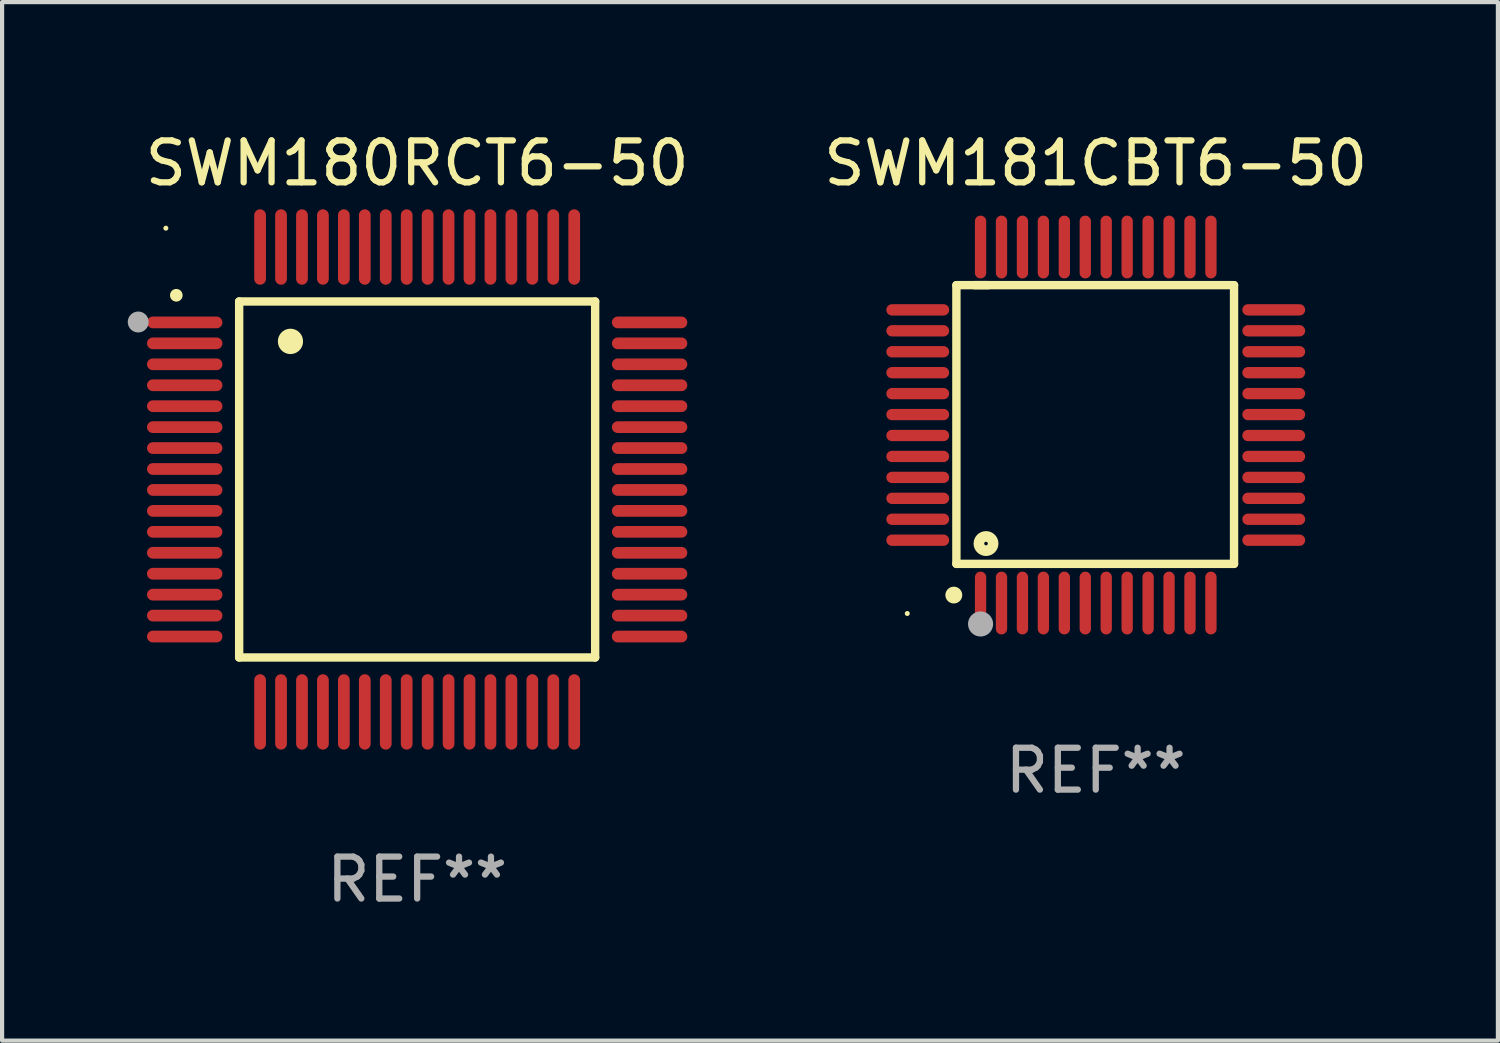
<source format=kicad_pcb>
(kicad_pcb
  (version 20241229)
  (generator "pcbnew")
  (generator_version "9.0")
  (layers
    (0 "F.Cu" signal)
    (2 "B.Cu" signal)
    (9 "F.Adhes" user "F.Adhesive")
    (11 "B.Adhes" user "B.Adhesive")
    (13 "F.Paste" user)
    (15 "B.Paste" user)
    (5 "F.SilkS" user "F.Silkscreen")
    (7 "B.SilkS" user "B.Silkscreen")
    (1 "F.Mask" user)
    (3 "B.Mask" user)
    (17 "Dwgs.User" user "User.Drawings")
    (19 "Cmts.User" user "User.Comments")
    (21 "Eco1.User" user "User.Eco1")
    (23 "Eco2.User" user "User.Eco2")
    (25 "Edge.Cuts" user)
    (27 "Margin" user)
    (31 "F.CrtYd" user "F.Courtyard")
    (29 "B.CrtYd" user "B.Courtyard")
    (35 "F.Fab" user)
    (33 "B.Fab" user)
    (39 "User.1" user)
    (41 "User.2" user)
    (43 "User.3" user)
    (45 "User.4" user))
  (footprint "SWM181CBT6-50"
    (layer "F.Cu")
    (at 23.112 7.098)
    (property "Reference" "SWM181CBT6-50" (at 0 -6.25 0) (layer "F.SilkS") (effects (font (size 1 1) (thickness 0.15))))
    (attr through_hole)
    (fp_line (start -3.327 -3.34) (end -2.565 -3.34) (stroke (width 0.2) (type solid)) (layer "F.SilkS"))
    (fp_line (start -3.327 3.315) (end -3.327 -3.34) (stroke (width 0.2) (type solid)) (layer "F.SilkS"))
    (fp_line (start -2.896 -3.34) (end 3.302 -3.34) (stroke (width 0.2) (type solid)) (layer "F.SilkS"))
    (fp_line (start 3.302 -3.34) (end 3.302 3.315) (stroke (width 0.2) (type solid)) (layer "F.SilkS"))
    (fp_line (start 3.302 3.315) (end -3.327 3.315) (stroke (width 0.2) (type solid)) (layer "F.SilkS"))
    (fp_arc (start -3.389992 4.059995) (mid -3.388722 4.059991) (end -3.387452 4.059995) (stroke (width 0.4) (type solid)) (layer "F.SilkS"))
    (fp_circle (center -4.5 4.5) (end -4.47 4.5) (stroke (width 0.06) (type solid)) (fill no) (layer "F.SilkS"))
    (fp_circle (center -2.62 2.83) (end -2.45 2.83) (stroke (width 0.254) (type solid)) (fill no) (layer "F.SilkS"))
    (fp_circle (center -2.75 4.75) (end -2.6 4.75) (stroke (width 0.3) (type solid)) (fill no) (layer "F.Fab"))
    (fp_text user "REF**" (at 0 8.25 0) (layer "F.Fab") (effects (font (size 1 1) (thickness 0.15))))
    (pad "1" smd oval (at -2.75 4.25) (size 0.27 1.5) (layers "F.Cu" "F.Mask" "F.Paste"))
    (pad "2" smd oval (at -2.25 4.25) (size 0.27 1.5) (layers "F.Cu" "F.Mask" "F.Paste"))
    (pad "3" smd oval (at -1.75 4.25) (size 0.27 1.5) (layers "F.Cu" "F.Mask" "F.Paste"))
    (pad "4" smd oval (at -1.25 4.25) (size 0.27 1.5) (layers "F.Cu" "F.Mask" "F.Paste"))
    (pad "5" smd oval (at -0.75 4.25) (size 0.27 1.5) (layers "F.Cu" "F.Mask" "F.Paste"))
    (pad "6" smd oval (at -0.25 4.25) (size 0.27 1.5) (layers "F.Cu" "F.Mask" "F.Paste"))
    (pad "7" smd oval (at 0.25 4.25) (size 0.27 1.5) (layers "F.Cu" "F.Mask" "F.Paste"))
    (pad "8" smd oval (at 0.75 4.25) (size 0.27 1.5) (layers "F.Cu" "F.Mask" "F.Paste"))
    (pad "9" smd oval (at 1.25 4.25) (size 0.27 1.5) (layers "F.Cu" "F.Mask" "F.Paste"))
    (pad "10" smd oval (at 1.75 4.25) (size 0.27 1.5) (layers "F.Cu" "F.Mask" "F.Paste"))
    (pad "11" smd oval (at 2.25 4.25) (size 0.27 1.5) (layers "F.Cu" "F.Mask" "F.Paste"))
    (pad "12" smd oval (at 2.75 4.25) (size 0.27 1.5) (layers "F.Cu" "F.Mask" "F.Paste"))
    (pad "13" smd oval (at 4.25 2.75) (size 1.5 0.27) (layers "F.Cu" "F.Mask" "F.Paste"))
    (pad "14" smd oval (at 4.25 2.25) (size 1.5 0.27) (layers "F.Cu" "F.Mask" "F.Paste"))
    (pad "15" smd oval (at 4.25 1.75) (size 1.5 0.27) (layers "F.Cu" "F.Mask" "F.Paste"))
    (pad "16" smd oval (at 4.25 1.25) (size 1.5 0.27) (layers "F.Cu" "F.Mask" "F.Paste"))
    (pad "17" smd oval (at 4.25 0.75) (size 1.5 0.27) (layers "F.Cu" "F.Mask" "F.Paste"))
    (pad "18" smd oval (at 4.25 0.25) (size 1.5 0.27) (layers "F.Cu" "F.Mask" "F.Paste"))
    (pad "19" smd oval (at 4.25 -0.25) (size 1.5 0.27) (layers "F.Cu" "F.Mask" "F.Paste"))
    (pad "20" smd oval (at 4.25 -0.75) (size 1.5 0.27) (layers "F.Cu" "F.Mask" "F.Paste"))
    (pad "21" smd oval (at 4.25 -1.25) (size 1.5 0.27) (layers "F.Cu" "F.Mask" "F.Paste"))
    (pad "22" smd oval (at 4.25 -1.75) (size 1.5 0.27) (layers "F.Cu" "F.Mask" "F.Paste"))
    (pad "23" smd oval (at 4.25 -2.25) (size 1.5 0.27) (layers "F.Cu" "F.Mask" "F.Paste"))
    (pad "24" smd oval (at 4.25 -2.75) (size 1.5 0.27) (layers "F.Cu" "F.Mask" "F.Paste"))
    (pad "25" smd oval (at 2.75 -4.25) (size 0.27 1.5) (layers "F.Cu" "F.Mask" "F.Paste"))
    (pad "26" smd oval (at 2.25 -4.25) (size 0.27 1.5) (layers "F.Cu" "F.Mask" "F.Paste"))
    (pad "27" smd oval (at 1.75 -4.25) (size 0.27 1.5) (layers "F.Cu" "F.Mask" "F.Paste"))
    (pad "28" smd oval (at 1.25 -4.25) (size 0.27 1.5) (layers "F.Cu" "F.Mask" "F.Paste"))
    (pad "29" smd oval (at 0.75 -4.25) (size 0.27 1.5) (layers "F.Cu" "F.Mask" "F.Paste"))
    (pad "30" smd oval (at 0.25 -4.25) (size 0.27 1.5) (layers "F.Cu" "F.Mask" "F.Paste"))
    (pad "31" smd oval (at -0.25 -4.25) (size 0.27 1.5) (layers "F.Cu" "F.Mask" "F.Paste"))
    (pad "32" smd oval (at -0.75 -4.25) (size 0.27 1.5) (layers "F.Cu" "F.Mask" "F.Paste"))
    (pad "33" smd oval (at -1.25 -4.25) (size 0.27 1.5) (layers "F.Cu" "F.Mask" "F.Paste"))
    (pad "34" smd oval (at -1.75 -4.25) (size 0.27 1.5) (layers "F.Cu" "F.Mask" "F.Paste"))
    (pad "35" smd oval (at -2.25 -4.25) (size 0.27 1.5) (layers "F.Cu" "F.Mask" "F.Paste"))
    (pad "36" smd oval (at -2.75 -4.25) (size 0.27 1.5) (layers "F.Cu" "F.Mask" "F.Paste"))
    (pad "37" smd oval (at -4.25 -2.75) (size 1.5 0.27) (layers "F.Cu" "F.Mask" "F.Paste"))
    (pad "38" smd oval (at -4.25 -2.25) (size 1.5 0.27) (layers "F.Cu" "F.Mask" "F.Paste"))
    (pad "39" smd oval (at -4.25 -1.75) (size 1.5 0.27) (layers "F.Cu" "F.Mask" "F.Paste"))
    (pad "40" smd oval (at -4.25 -1.25) (size 1.5 0.27) (layers "F.Cu" "F.Mask" "F.Paste"))
    (pad "41" smd oval (at -4.25 -0.75) (size 1.5 0.27) (layers "F.Cu" "F.Mask" "F.Paste"))
    (pad "42" smd oval (at -4.25 -0.25) (size 1.5 0.27) (layers "F.Cu" "F.Mask" "F.Paste"))
    (pad "43" smd oval (at -4.25 0.25) (size 1.5 0.27) (layers "F.Cu" "F.Mask" "F.Paste"))
    (pad "44" smd oval (at -4.25 0.75) (size 1.5 0.27) (layers "F.Cu" "F.Mask" "F.Paste"))
    (pad "45" smd oval (at -4.25 1.25) (size 1.5 0.27) (layers "F.Cu" "F.Mask" "F.Paste"))
    (pad "46" smd oval (at -4.25 1.75) (size 1.5 0.27) (layers "F.Cu" "F.Mask" "F.Paste"))
    (pad "47" smd oval (at -4.25 2.25) (size 1.5 0.27) (layers "F.Cu" "F.Mask" "F.Paste"))
    (pad "48" smd oval (at -4.25 2.75) (size 1.5 0.27) (layers "F.Cu" "F.Mask" "F.Paste")))
  (footprint "SWM180RCT6-50"
    (layer "F.Cu")
    (at 6.91 8.398)
    (property "Reference" "SWM180RCT6-50" (at 0 -7.55 0) (layer "F.SilkS") (effects (font (size 1 1) (thickness 0.15))))
    (attr through_hole)
    (fp_line (start -4.25 -4.25) (end -4.25 4.25) (stroke (width 0.2) (type solid)) (layer "F.SilkS"))
    (fp_line (start -4.25 4.25) (end 4.25 4.25) (stroke (width 0.2) (type solid)) (layer "F.SilkS"))
    (fp_line (start 4.25 -4.25) (end -4.25 -4.25) (stroke (width 0.2) (type solid)) (layer "F.SilkS"))
    (fp_line (start 4.25 4.25) (end 4.25 -4.25) (stroke (width 0.2) (type solid)) (layer "F.SilkS"))
    (fp_arc (start -5.750572 -4.396749) (mid -5.750577 -4.398019) (end -5.750572 -4.399289) (stroke (width 0.3) (type solid)) (layer "F.SilkS"))
    (fp_arc (start -3.025146 -3.294387) (mid -3.025157 -3.296927) (end -3.025146 -3.299467) (stroke (width 0.6) (type solid)) (layer "F.SilkS"))
    (fp_circle (center -6 -6) (end -5.97 -6) (stroke (width 0.06) (type solid)) (fill no) (layer "F.SilkS"))
    (fp_circle (center -6.66 -3.76) (end -6.535 -3.76) (stroke (width 0.25) (type solid)) (fill no) (layer "F.Fab"))
    (fp_text user "REF**" (at 0 9.55 0) (layer "F.Fab") (effects (font (size 1 1) (thickness 0.15))))
    (pad "1" smd oval (at -5.55 -3.75) (size 1.8 0.28) (layers "F.Cu" "F.Mask" "F.Paste"))
    (pad "2" smd oval (at -5.55 -3.25) (size 1.8 0.28) (layers "F.Cu" "F.Mask" "F.Paste"))
    (pad "3" smd oval (at -5.55 -2.75) (size 1.8 0.28) (layers "F.Cu" "F.Mask" "F.Paste"))
    (pad "4" smd oval (at -5.55 -2.25) (size 1.8 0.28) (layers "F.Cu" "F.Mask" "F.Paste"))
    (pad "5" smd oval (at -5.55 -1.75) (size 1.8 0.28) (layers "F.Cu" "F.Mask" "F.Paste"))
    (pad "6" smd oval (at -5.55 -1.25) (size 1.8 0.28) (layers "F.Cu" "F.Mask" "F.Paste"))
    (pad "7" smd oval (at -5.55 -0.75) (size 1.8 0.28) (layers "F.Cu" "F.Mask" "F.Paste"))
    (pad "8" smd oval (at -5.55 -0.25) (size 1.8 0.28) (layers "F.Cu" "F.Mask" "F.Paste"))
    (pad "9" smd oval (at -5.55 0.25) (size 1.8 0.28) (layers "F.Cu" "F.Mask" "F.Paste"))
    (pad "10" smd oval (at -5.55 0.75) (size 1.8 0.28) (layers "F.Cu" "F.Mask" "F.Paste"))
    (pad "11" smd oval (at -5.55 1.25) (size 1.8 0.28) (layers "F.Cu" "F.Mask" "F.Paste"))
    (pad "12" smd oval (at -5.55 1.75) (size 1.8 0.28) (layers "F.Cu" "F.Mask" "F.Paste"))
    (pad "13" smd oval (at -5.55 2.25) (size 1.8 0.28) (layers "F.Cu" "F.Mask" "F.Paste"))
    (pad "14" smd oval (at -5.55 2.75) (size 1.8 0.28) (layers "F.Cu" "F.Mask" "F.Paste"))
    (pad "15" smd oval (at -5.55 3.25) (size 1.8 0.28) (layers "F.Cu" "F.Mask" "F.Paste"))
    (pad "16" smd oval (at -5.55 3.75) (size 1.8 0.28) (layers "F.Cu" "F.Mask" "F.Paste"))
    (pad "17" smd oval (at -3.75 5.55) (size 0.28 1.8) (layers "F.Cu" "F.Mask" "F.Paste"))
    (pad "18" smd oval (at -3.25 5.55) (size 0.28 1.8) (layers "F.Cu" "F.Mask" "F.Paste"))
    (pad "19" smd oval (at -2.75 5.55) (size 0.28 1.8) (layers "F.Cu" "F.Mask" "F.Paste"))
    (pad "20" smd oval (at -2.25 5.55) (size 0.28 1.8) (layers "F.Cu" "F.Mask" "F.Paste"))
    (pad "21" smd oval (at -1.75 5.55) (size 0.28 1.8) (layers "F.Cu" "F.Mask" "F.Paste"))
    (pad "22" smd oval (at -1.25 5.55) (size 0.28 1.8) (layers "F.Cu" "F.Mask" "F.Paste"))
    (pad "23" smd oval (at -0.75 5.55) (size 0.28 1.8) (layers "F.Cu" "F.Mask" "F.Paste"))
    (pad "24" smd oval (at -0.25 5.55) (size 0.28 1.8) (layers "F.Cu" "F.Mask" "F.Paste"))
    (pad "25" smd oval (at 0.25 5.55) (size 0.28 1.8) (layers "F.Cu" "F.Mask" "F.Paste"))
    (pad "26" smd oval (at 0.75 5.55) (size 0.28 1.8) (layers "F.Cu" "F.Mask" "F.Paste"))
    (pad "27" smd oval (at 1.25 5.55) (size 0.28 1.8) (layers "F.Cu" "F.Mask" "F.Paste"))
    (pad "28" smd oval (at 1.75 5.55) (size 0.28 1.8) (layers "F.Cu" "F.Mask" "F.Paste"))
    (pad "29" smd oval (at 2.25 5.55) (size 0.28 1.8) (layers "F.Cu" "F.Mask" "F.Paste"))
    (pad "30" smd oval (at 2.75 5.55) (size 0.28 1.8) (layers "F.Cu" "F.Mask" "F.Paste"))
    (pad "31" smd oval (at 3.25 5.55) (size 0.28 1.8) (layers "F.Cu" "F.Mask" "F.Paste"))
    (pad "32" smd oval (at 3.75 5.55) (size 0.28 1.8) (layers "F.Cu" "F.Mask" "F.Paste"))
    (pad "33" smd oval (at 5.55 3.75) (size 1.8 0.28) (layers "F.Cu" "F.Mask" "F.Paste"))
    (pad "34" smd oval (at 5.55 3.25) (size 1.8 0.28) (layers "F.Cu" "F.Mask" "F.Paste"))
    (pad "35" smd oval (at 5.55 2.75) (size 1.8 0.28) (layers "F.Cu" "F.Mask" "F.Paste"))
    (pad "36" smd oval (at 5.55 2.25) (size 1.8 0.28) (layers "F.Cu" "F.Mask" "F.Paste"))
    (pad "37" smd oval (at 5.55 1.75) (size 1.8 0.28) (layers "F.Cu" "F.Mask" "F.Paste"))
    (pad "38" smd oval (at 5.55 1.25) (size 1.8 0.28) (layers "F.Cu" "F.Mask" "F.Paste"))
    (pad "39" smd oval (at 5.55 0.75) (size 1.8 0.28) (layers "F.Cu" "F.Mask" "F.Paste"))
    (pad "40" smd oval (at 5.55 0.25) (size 1.8 0.28) (layers "F.Cu" "F.Mask" "F.Paste"))
    (pad "41" smd oval (at 5.55 -0.25) (size 1.8 0.28) (layers "F.Cu" "F.Mask" "F.Paste"))
    (pad "42" smd oval (at 5.55 -0.75) (size 1.8 0.28) (layers "F.Cu" "F.Mask" "F.Paste"))
    (pad "43" smd oval (at 5.55 -1.25) (size 1.8 0.28) (layers "F.Cu" "F.Mask" "F.Paste"))
    (pad "44" smd oval (at 5.55 -1.75) (size 1.8 0.28) (layers "F.Cu" "F.Mask" "F.Paste"))
    (pad "45" smd oval (at 5.55 -2.25) (size 1.8 0.28) (layers "F.Cu" "F.Mask" "F.Paste"))
    (pad "46" smd oval (at 5.55 -2.75) (size 1.8 0.28) (layers "F.Cu" "F.Mask" "F.Paste"))
    (pad "47" smd oval (at 5.55 -3.25) (size 1.8 0.28) (layers "F.Cu" "F.Mask" "F.Paste"))
    (pad "48" smd oval (at 5.55 -3.75) (size 1.8 0.28) (layers "F.Cu" "F.Mask" "F.Paste"))
    (pad "49" smd oval (at 3.75 -5.55) (size 0.28 1.8) (layers "F.Cu" "F.Mask" "F.Paste"))
    (pad "50" smd oval (at 3.25 -5.55) (size 0.28 1.8) (layers "F.Cu" "F.Mask" "F.Paste"))
    (pad "51" smd oval (at 2.75 -5.55) (size 0.28 1.8) (layers "F.Cu" "F.Mask" "F.Paste"))
    (pad "52" smd oval (at 2.25 -5.55) (size 0.28 1.8) (layers "F.Cu" "F.Mask" "F.Paste"))
    (pad "53" smd oval (at 1.75 -5.55) (size 0.28 1.8) (layers "F.Cu" "F.Mask" "F.Paste"))
    (pad "54" smd oval (at 1.25 -5.55) (size 0.28 1.8) (layers "F.Cu" "F.Mask" "F.Paste"))
    (pad "55" smd oval (at 0.75 -5.55) (size 0.28 1.8) (layers "F.Cu" "F.Mask" "F.Paste"))
    (pad "56" smd oval (at 0.25 -5.55) (size 0.28 1.8) (layers "F.Cu" "F.Mask" "F.Paste"))
    (pad "57" smd oval (at -0.25 -5.55) (size 0.28 1.8) (layers "F.Cu" "F.Mask" "F.Paste"))
    (pad "58" smd oval (at -0.75 -5.55) (size 0.28 1.8) (layers "F.Cu" "F.Mask" "F.Paste"))
    (pad "59" smd oval (at -1.25 -5.55) (size 0.28 1.8) (layers "F.Cu" "F.Mask" "F.Paste"))
    (pad "60" smd oval (at -1.75 -5.55) (size 0.28 1.8) (layers "F.Cu" "F.Mask" "F.Paste"))
    (pad "61" smd oval (at -2.25 -5.55) (size 0.28 1.8) (layers "F.Cu" "F.Mask" "F.Paste"))
    (pad "62" smd oval (at -2.75 -5.55) (size 0.28 1.8) (layers "F.Cu" "F.Mask" "F.Paste"))
    (pad "63" smd oval (at -3.25 -5.55) (size 0.28 1.8) (layers "F.Cu" "F.Mask" "F.Paste"))
    (pad "64" smd oval (at -3.75 -5.55) (size 0.28 1.8) (layers "F.Cu" "F.Mask" "F.Paste")))
  (gr_rect
    (start -3 -3)
    (end 32.714 21.796)
    (stroke (width 0.1) (type default))
    (fill no)
    (layer "Edge.Cuts")))
</source>
